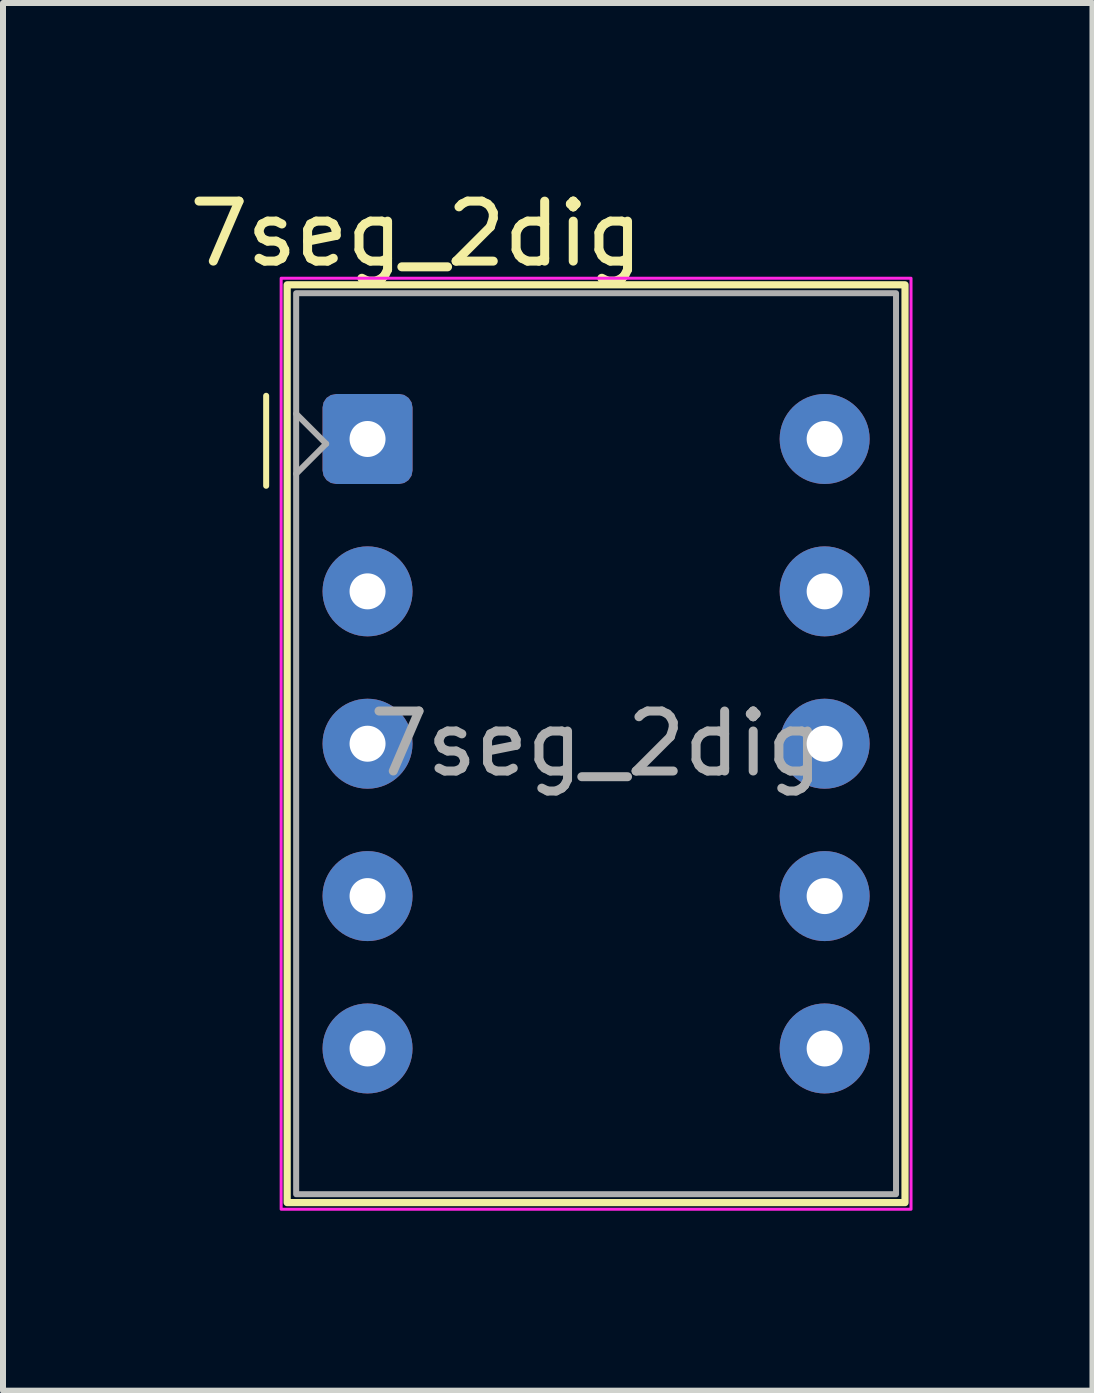
<source format=kicad_pcb>
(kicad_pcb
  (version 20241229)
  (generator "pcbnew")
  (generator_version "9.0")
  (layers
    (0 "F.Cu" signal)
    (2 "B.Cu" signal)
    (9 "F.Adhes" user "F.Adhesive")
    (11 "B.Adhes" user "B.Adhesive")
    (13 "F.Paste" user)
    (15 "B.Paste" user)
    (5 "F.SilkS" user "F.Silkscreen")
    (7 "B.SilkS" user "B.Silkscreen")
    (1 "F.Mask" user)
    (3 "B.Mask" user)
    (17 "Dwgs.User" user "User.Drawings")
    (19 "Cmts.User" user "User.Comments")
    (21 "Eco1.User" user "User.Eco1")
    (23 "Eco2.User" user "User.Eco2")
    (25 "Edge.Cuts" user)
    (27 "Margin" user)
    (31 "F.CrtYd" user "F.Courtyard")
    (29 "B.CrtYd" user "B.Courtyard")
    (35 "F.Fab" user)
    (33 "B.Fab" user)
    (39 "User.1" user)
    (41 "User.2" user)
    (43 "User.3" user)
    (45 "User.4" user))
  (footprint "7seg_2dig"
    (layer "F.Cu")
    (at 3.077 4.268)
    (property "Reference" "7seg_2dig" (at 0.81 -3.42 0) (unlocked yes) (layer "F.SilkS") (effects (font (size 1 1) (thickness 0.15))))
    (attr smd)
    (fp_line (start -1.69 -0.72) (end -1.69 0.78) (stroke (width 0.1) (type default)) (layer "F.SilkS"))
    (fp_rect (start -1.34 -2.57) (end 8.96 12.73) (stroke (width 0.12) (type solid)) (fill no) (layer "F.SilkS"))
    (fp_rect (start -1.44 -2.68) (end 9.06 12.84) (stroke (width 0.05) (type solid)) (fill no) (layer "F.CrtYd"))
    (fp_line (start -1.19 -0.42) (end -0.69 0.08) (stroke (width 0.1) (type default)) (layer "F.Fab"))
    (fp_line (start -0.69 0.08) (end -1.19 0.58) (stroke (width 0.1) (type default)) (layer "F.Fab"))
    (fp_rect (start -1.19 -2.43) (end 8.81 12.59) (stroke (width 0.1) (type solid)) (fill no) (layer "F.Fab"))
    (fp_text user "${REFERENCE}" (at 3.81 5.08 0) (unlocked yes) (layer "F.Fab") (effects (font (size 1 1) (thickness 0.15))))
    (pad "1" thru_hole roundrect (at 0 0) (size 1.5 1.5) (drill 0.6) (layers "*.Cu" "*.Mask") (roundrect_rratio 0.15))
    (pad "2" thru_hole circle (at 0 2.54) (size 1.5 1.5) (drill 0.6) (layers "*.Cu" "*.Mask"))
    (pad "3" thru_hole circle (at 0 5.08) (size 1.5 1.5) (drill 0.6) (layers "*.Cu" "*.Mask"))
    (pad "4" thru_hole circle (at 0 7.62) (size 1.5 1.5) (drill 0.6) (layers "*.Cu" "*.Mask"))
    (pad "5" thru_hole circle (at 0 10.16) (size 1.5 1.5) (drill 0.6) (layers "*.Cu" "*.Mask"))
    (pad "6" thru_hole circle (at 7.62 10.16) (size 1.5 1.5) (drill 0.6) (layers "*.Cu" "*.Mask"))
    (pad "7" thru_hole circle (at 7.62 7.62) (size 1.5 1.5) (drill 0.6) (layers "*.Cu" "*.Mask"))
    (pad "8" thru_hole circle (at 7.62 5.08) (size 1.5 1.5) (drill 0.6) (layers "*.Cu" "*.Mask"))
    (pad "9" thru_hole circle (at 7.62 2.54) (size 1.5 1.5) (drill 0.6) (layers "*.Cu" "*.Mask"))
    (pad "10" thru_hole circle (at 7.62 0) (size 1.5 1.5) (drill 0.6) (layers "*.Cu" "*.Mask")))
  (gr_rect
    (start -3 -3)
    (end 15.162 20.133)
    (stroke (width 0.1) (type default))
    (fill no)
    (layer "Edge.Cuts")))
</source>
